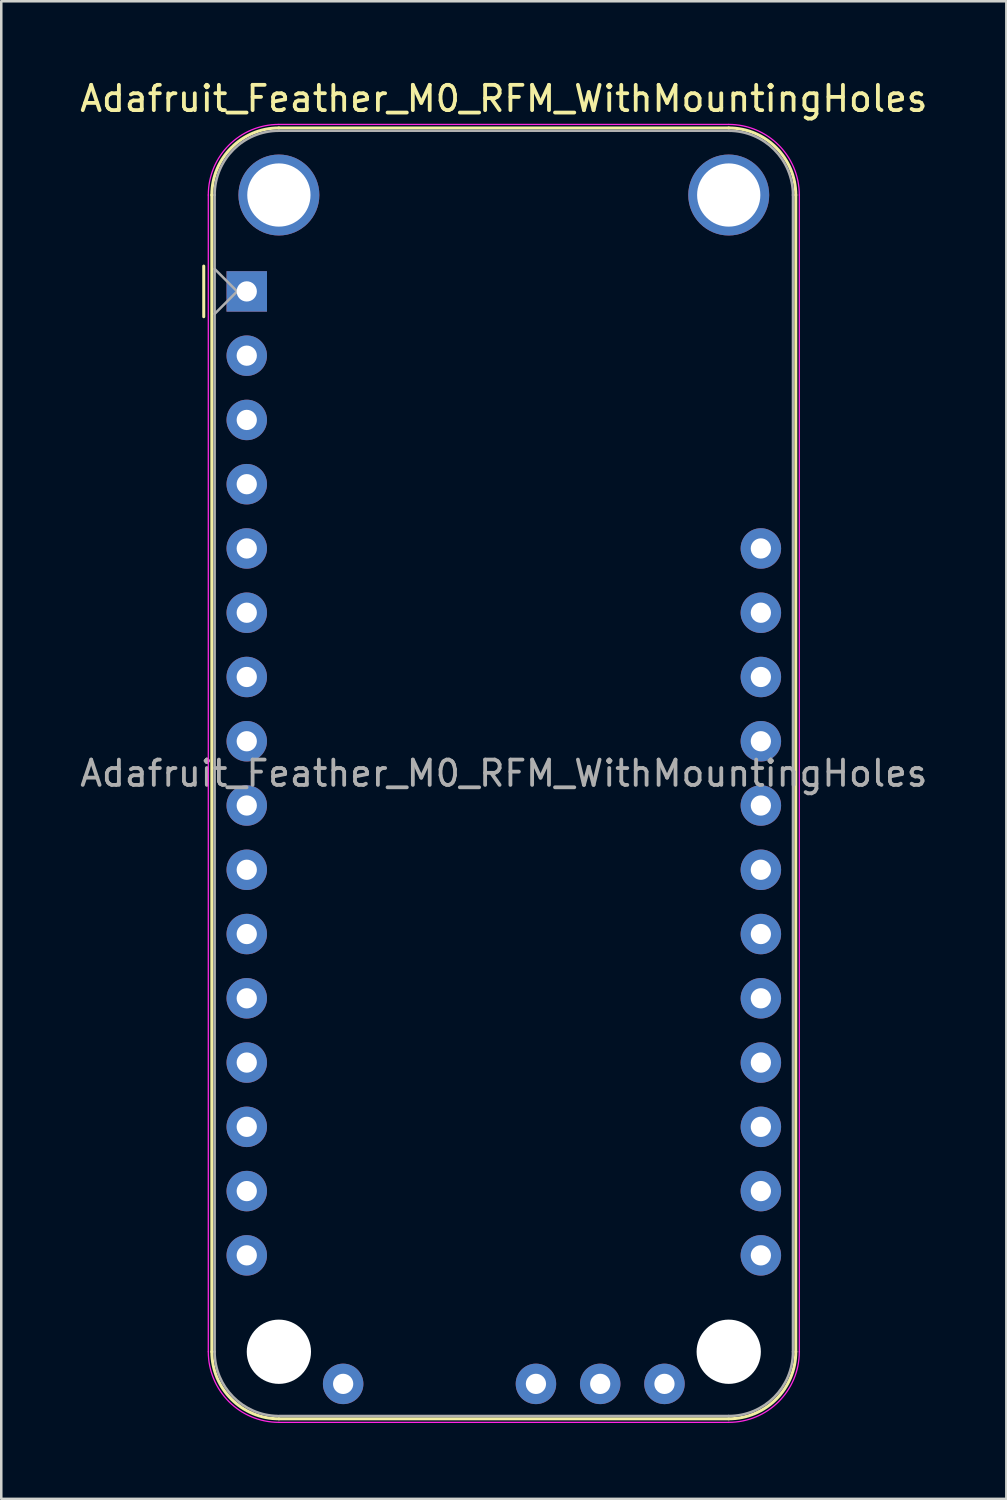
<source format=kicad_pcb>
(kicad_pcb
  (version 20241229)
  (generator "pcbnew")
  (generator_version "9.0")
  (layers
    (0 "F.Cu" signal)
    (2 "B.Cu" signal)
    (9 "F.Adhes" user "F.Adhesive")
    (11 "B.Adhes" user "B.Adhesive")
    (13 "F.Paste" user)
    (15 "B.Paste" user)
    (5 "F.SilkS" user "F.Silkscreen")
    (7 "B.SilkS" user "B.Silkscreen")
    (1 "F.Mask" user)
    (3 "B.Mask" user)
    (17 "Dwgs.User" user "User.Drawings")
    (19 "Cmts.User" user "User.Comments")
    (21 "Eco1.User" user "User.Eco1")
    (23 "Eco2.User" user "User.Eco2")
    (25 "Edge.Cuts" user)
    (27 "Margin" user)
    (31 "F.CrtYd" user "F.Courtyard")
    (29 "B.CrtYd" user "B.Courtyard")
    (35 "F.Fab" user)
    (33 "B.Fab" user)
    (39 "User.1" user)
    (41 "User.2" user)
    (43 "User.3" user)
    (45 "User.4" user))
  (footprint "Adafruit_Feather_M0_RFM_WithMountingHoles"
    (layer "F.Cu")
    (at 6.703 8.468)
    (property "Reference" "Adafruit_Feather_M0_RFM_WithMountingHoles" (at 10.16 -7.62 0) (layer "F.SilkS") (effects (font (size 1 1) (thickness 0.15))))
    (attr through_hole)
    (fp_line (start -1.7 1) (end -1.7 -1) (stroke (width 0.12) (type solid)) (layer "F.SilkS"))
    (fp_line (start -1.38 -3.81) (end -1.38 41.91) (stroke (width 0.12) (type solid)) (layer "F.SilkS"))
    (fp_line (start 19.05 -6.46) (end 1.27 -6.46) (stroke (width 0.12) (type solid)) (layer "F.SilkS"))
    (fp_line (start 19.05 44.56) (end 1.27 44.56) (stroke (width 0.12) (type solid)) (layer "F.SilkS"))
    (fp_line (start 21.7 -3.81) (end 21.7 41.91) (stroke (width 0.12) (type solid)) (layer "F.SilkS"))
    (fp_arc (start -1.38 -3.81) (mid -0.603833 -5.683833) (end 1.27 -6.46) (stroke (width 0.12) (type solid)) (layer "F.SilkS"))
    (fp_arc (start 1.27 44.56) (mid -0.603833 43.783833) (end -1.38 41.91) (stroke (width 0.12) (type solid)) (layer "F.SilkS"))
    (fp_arc (start 19.05 -6.46) (mid 20.923833 -5.683833) (end 21.7 -3.81) (stroke (width 0.12) (type solid)) (layer "F.SilkS"))
    (fp_arc (start 21.7 41.91) (mid 20.923833 43.783833) (end 19.05 44.56) (stroke (width 0.12) (type solid)) (layer "F.SilkS"))
    (fp_line (start -1.52 41.91) (end -1.52 -3.81) (stroke (width 0.05) (type solid)) (layer "F.CrtYd"))
    (fp_line (start 19.05 -6.6) (end 1.27 -6.6) (stroke (width 0.05) (type solid)) (layer "F.CrtYd"))
    (fp_line (start 19.05 44.7) (end 1.27 44.7) (stroke (width 0.05) (type solid)) (layer "F.CrtYd"))
    (fp_line (start 21.84 41.91) (end 21.84 -3.81) (stroke (width 0.05) (type solid)) (layer "F.CrtYd"))
    (fp_arc (start -1.52 -3.81) (mid -0.702828 -5.782828) (end 1.27 -6.6) (stroke (width 0.05) (type solid)) (layer "F.CrtYd"))
    (fp_arc (start 1.27 44.7) (mid -0.702828 43.882828) (end -1.52 41.91) (stroke (width 0.05) (type solid)) (layer "F.CrtYd"))
    (fp_arc (start 19.05 -6.6) (mid 21.022828 -5.782828) (end 21.84 -3.81) (stroke (width 0.05) (type solid)) (layer "F.CrtYd"))
    (fp_arc (start 21.84 41.91) (mid 21.022828 43.882828) (end 19.05 44.7) (stroke (width 0.05) (type solid)) (layer "F.CrtYd"))
    (fp_line (start -1.27 -3.81) (end -1.27 41.91) (stroke (width 0.1) (type solid)) (layer "F.Fab"))
    (fp_line (start -1.27 -0.889) (end -0.381 0) (stroke (width 0.1) (type solid)) (layer "F.Fab"))
    (fp_line (start -0.381 0) (end -1.27 0.889) (stroke (width 0.1) (type solid)) (layer "F.Fab"))
    (fp_line (start 1.27 44.45) (end 19.05 44.45) (stroke (width 0.1) (type solid)) (layer "F.Fab"))
    (fp_line (start 19.05 -6.35) (end 1.27 -6.35) (stroke (width 0.1) (type solid)) (layer "F.Fab"))
    (fp_line (start 21.59 41.91) (end 21.59 -3.81) (stroke (width 0.1) (type solid)) (layer "F.Fab"))
    (fp_arc (start -1.27 -3.81) (mid -0.526051 -5.606051) (end 1.27 -6.35) (stroke (width 0.1) (type solid)) (layer "F.Fab"))
    (fp_arc (start 1.221238 44.449532) (mid -0.543209 43.688728) (end -1.27 41.91) (stroke (width 0.1) (type solid)) (layer "F.Fab"))
    (fp_arc (start 19.05 -6.35) (mid 20.846051 -5.606051) (end 21.59 -3.81) (stroke (width 0.1) (type solid)) (layer "F.Fab"))
    (fp_arc (start 21.59 41.91) (mid 20.846051 43.706051) (end 19.05 44.45) (stroke (width 0.1) (type solid)) (layer "F.Fab"))
    (fp_text user "${REFERENCE}" (at 10.16 19.05 180) (layer "F.Fab") (effects (font (size 1 1) (thickness 0.15))))
    (pad "" np_thru_hole circle (at 1.27 -3.81 270) (size 3.2 3.2) (drill 2.5) (layers "*.Cu" "*.Mask"))
    (pad "" np_thru_hole circle (at 1.27 41.91 270) (size 2.54 2.54) (drill 2.54) (layers "*.Cu" "*.Mask"))
    (pad "" np_thru_hole circle (at 19.05 -3.81 270) (size 3.2 3.2) (drill 2.5) (layers "*.Cu" "*.Mask"))
    (pad "" np_thru_hole circle (at 19.05 41.91 270) (size 2.54 2.54) (drill 2.54) (layers "*.Cu" "*.Mask"))
    (pad "1" thru_hole rect (at 0 0 180) (size 1.6 1.6) (drill 0.8) (layers "*.Cu" "*.Mask"))
    (pad "2" thru_hole circle (at 0 2.54 180) (size 1.6 1.6) (drill 0.8) (layers "*.Cu" "*.Mask"))
    (pad "3" thru_hole circle (at 0 5.08 180) (size 1.6 1.6) (drill 0.8) (layers "*.Cu" "*.Mask"))
    (pad "4" thru_hole circle (at 0 7.62 180) (size 1.6 1.6) (drill 0.8) (layers "*.Cu" "*.Mask"))
    (pad "5" thru_hole circle (at 0 10.16 180) (size 1.6 1.6) (drill 0.8) (layers "*.Cu" "*.Mask"))
    (pad "6" thru_hole circle (at 0 12.7 180) (size 1.6 1.6) (drill 0.8) (layers "*.Cu" "*.Mask"))
    (pad "7" thru_hole circle (at 0 15.24 180) (size 1.6 1.6) (drill 0.8) (layers "*.Cu" "*.Mask"))
    (pad "8" thru_hole circle (at 0 17.78 180) (size 1.6 1.6) (drill 0.8) (layers "*.Cu" "*.Mask"))
    (pad "9" thru_hole circle (at 0 20.32 180) (size 1.6 1.6) (drill 0.8) (layers "*.Cu" "*.Mask"))
    (pad "10" thru_hole circle (at 0 22.86 180) (size 1.6 1.6) (drill 0.8) (layers "*.Cu" "*.Mask"))
    (pad "11" thru_hole circle (at 0 25.4 180) (size 1.6 1.6) (drill 0.8) (layers "*.Cu" "*.Mask"))
    (pad "12" thru_hole circle (at 0 27.94 180) (size 1.6 1.6) (drill 0.8) (layers "*.Cu" "*.Mask"))
    (pad "13" thru_hole circle (at 0 30.48 180) (size 1.6 1.6) (drill 0.8) (layers "*.Cu" "*.Mask"))
    (pad "14" thru_hole circle (at 0 33.02 180) (size 1.6 1.6) (drill 0.8) (layers "*.Cu" "*.Mask"))
    (pad "15" thru_hole circle (at 0 35.56 180) (size 1.6 1.6) (drill 0.8) (layers "*.Cu" "*.Mask"))
    (pad "16" thru_hole circle (at 0 38.1 180) (size 1.6 1.6) (drill 0.8) (layers "*.Cu" "*.Mask"))
    (pad "17" thru_hole circle (at 20.32 38.1 180) (size 1.6 1.6) (drill 0.8) (layers "*.Cu" "*.Mask"))
    (pad "18" thru_hole circle (at 20.32 35.56 180) (size 1.6 1.6) (drill 0.8) (layers "*.Cu" "*.Mask"))
    (pad "19" thru_hole circle (at 20.32 33.02 180) (size 1.6 1.6) (drill 0.8) (layers "*.Cu" "*.Mask"))
    (pad "20" thru_hole circle (at 20.32 30.48 180) (size 1.6 1.6) (drill 0.8) (layers "*.Cu" "*.Mask"))
    (pad "21" thru_hole circle (at 20.32 27.94 180) (size 1.6 1.6) (drill 0.8) (layers "*.Cu" "*.Mask"))
    (pad "22" thru_hole circle (at 20.32 25.4 180) (size 1.6 1.6) (drill 0.8) (layers "*.Cu" "*.Mask"))
    (pad "23" thru_hole circle (at 20.32 22.86 180) (size 1.6 1.6) (drill 0.8) (layers "*.Cu" "*.Mask"))
    (pad "24" thru_hole circle (at 20.32 20.32 180) (size 1.6 1.6) (drill 0.8) (layers "*.Cu" "*.Mask"))
    (pad "25" thru_hole circle (at 20.32 17.78 180) (size 1.6 1.6) (drill 0.8) (layers "*.Cu" "*.Mask"))
    (pad "26" thru_hole circle (at 20.32 15.24 180) (size 1.6 1.6) (drill 0.8) (layers "*.Cu" "*.Mask"))
    (pad "27" thru_hole circle (at 20.32 12.7 180) (size 1.6 1.6) (drill 0.8) (layers "*.Cu" "*.Mask"))
    (pad "28" thru_hole circle (at 20.32 10.16 180) (size 1.6 1.6) (drill 0.8) (layers "*.Cu" "*.Mask"))
    (pad "29" thru_hole circle (at 3.81 43.18 180) (size 1.6 1.6) (drill 0.8) (layers "*.Cu" "*.Mask"))
    (pad "30" thru_hole circle (at 11.43 43.18 180) (size 1.6 1.6) (drill 0.8) (layers "*.Cu" "*.Mask"))
    (pad "31" thru_hole circle (at 13.97 43.18 180) (size 1.6 1.6) (drill 0.8) (layers "*.Cu" "*.Mask"))
    (pad "32" thru_hole circle (at 16.51 43.18 180) (size 1.6 1.6) (drill 0.8) (layers "*.Cu" "*.Mask")))
  (gr_rect
    (start -3 -3)
    (end 36.726 56.193)
    (stroke (width 0.1) (type default))
    (fill no)
    (layer "Edge.Cuts")))
</source>
